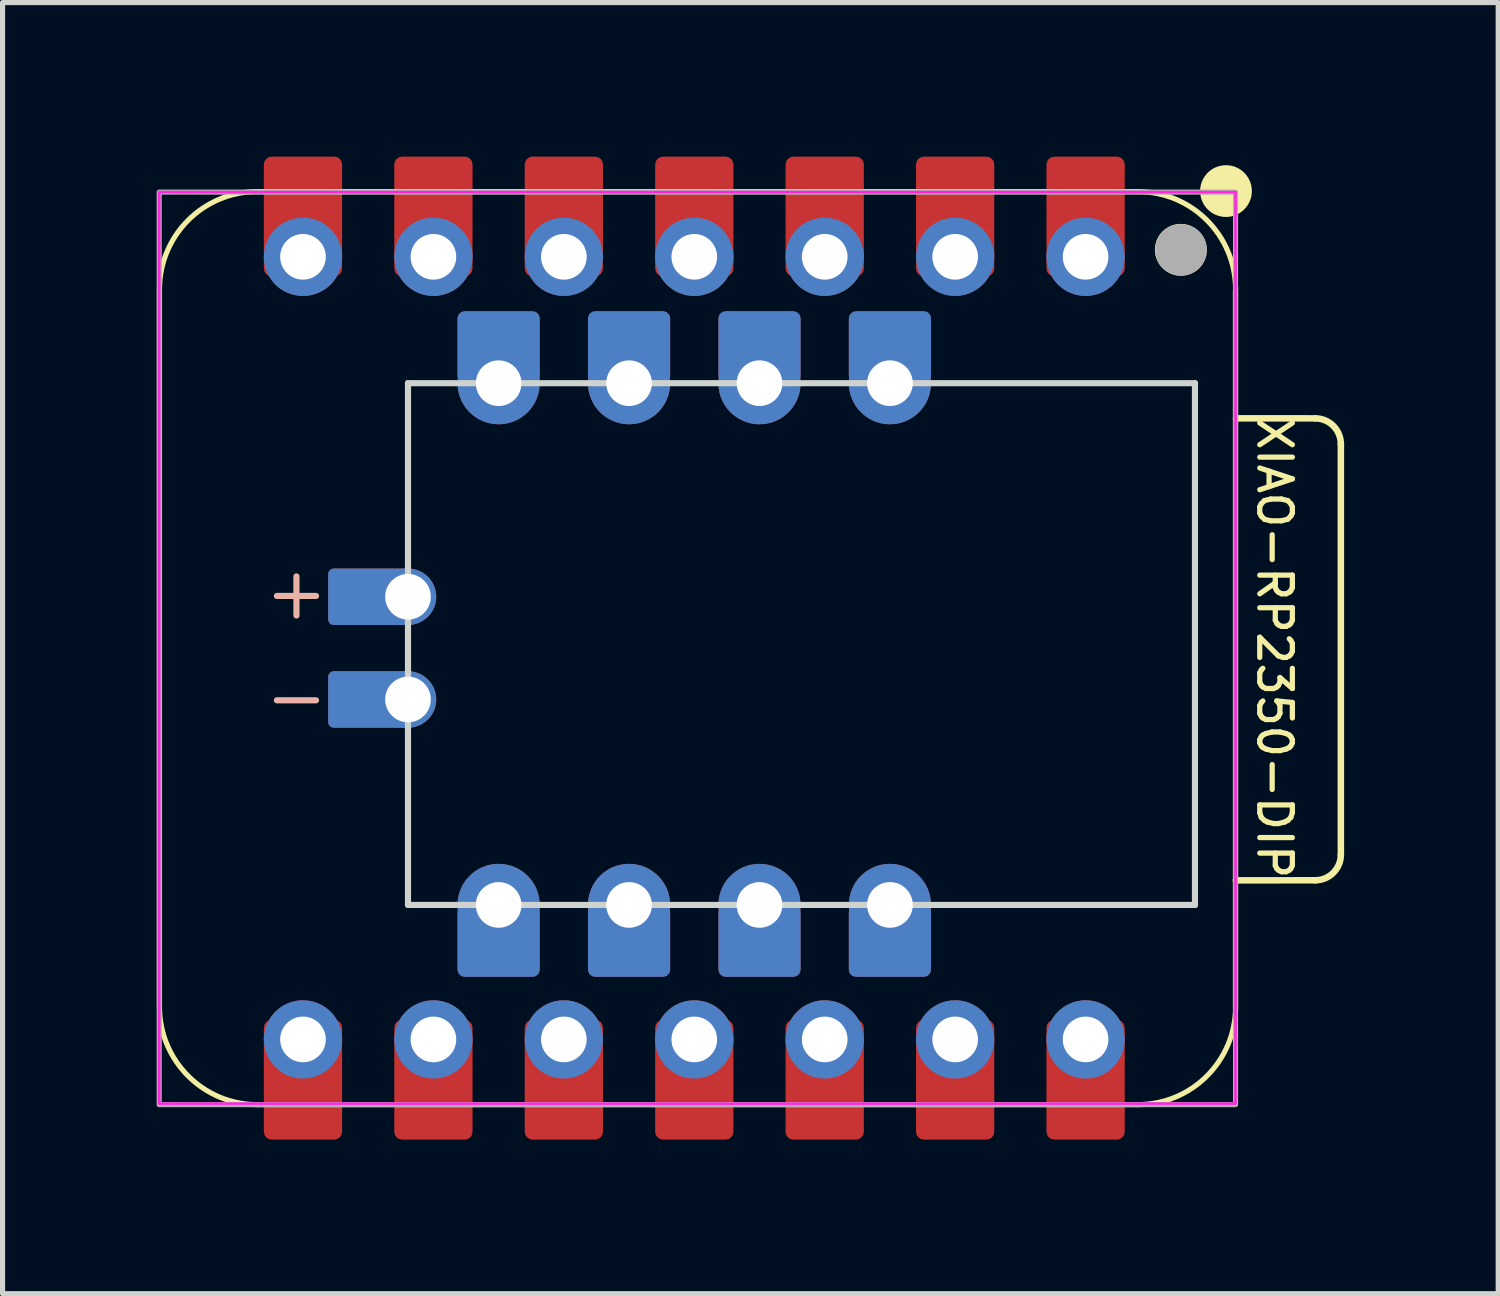
<source format=kicad_pcb>
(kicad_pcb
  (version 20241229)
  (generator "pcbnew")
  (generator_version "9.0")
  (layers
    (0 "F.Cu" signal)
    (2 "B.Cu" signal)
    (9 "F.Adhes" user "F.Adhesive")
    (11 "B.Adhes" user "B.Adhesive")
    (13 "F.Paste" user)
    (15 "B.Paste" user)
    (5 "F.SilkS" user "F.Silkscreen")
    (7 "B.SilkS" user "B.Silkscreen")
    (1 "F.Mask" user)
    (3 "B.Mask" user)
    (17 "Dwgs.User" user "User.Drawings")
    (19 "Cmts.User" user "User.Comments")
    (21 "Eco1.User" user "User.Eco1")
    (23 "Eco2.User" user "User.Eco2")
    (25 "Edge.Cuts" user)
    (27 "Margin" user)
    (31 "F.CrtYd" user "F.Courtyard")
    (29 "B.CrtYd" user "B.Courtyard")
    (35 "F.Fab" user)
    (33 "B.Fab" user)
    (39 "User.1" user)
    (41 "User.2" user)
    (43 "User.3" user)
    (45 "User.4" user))
  (footprint "XIAO-RP2350-DIP"
    (layer "F.Cu")
    (at 10.47 9.571)
    (property "Reference" "XIAO-RP2350-DIP" (at 11.3 0 270) (unlocked yes) (layer "F.SilkS") (effects (font (size 0.635 0.635) (thickness 0.102))))
    (attr smd)
    (fp_line (start -10.414 -6.985) (end -10.414 6.985) (stroke (width 0.1) (type solid)) (layer "F.SilkS"))
    (fp_line (start -8.509 -8.89) (end 8.636 -8.89) (stroke (width 0.1) (type solid)) (layer "F.SilkS"))
    (fp_line (start -8.509 8.89) (end 8.636 8.89) (stroke (width 0.1) (type solid)) (layer "F.SilkS"))
    (fp_line (start 10.538 7.008) (end 10.538 -6.962) (stroke (width 0.1) (type solid)) (layer "F.SilkS"))
    (fp_line (start 10.541 6.985) (end 10.541 -6.985) (stroke (width 0.1) (type solid)) (layer "F.SilkS"))
    (fp_line (start 10.55 -4.475) (end 12.091 -4.474) (stroke (width 0.127) (type solid)) (layer "F.SilkS"))
    (fp_line (start 12.091 4.521) (end 10.547 4.522) (stroke (width 0.127) (type solid)) (layer "F.SilkS"))
    (fp_line (start 12.591 -3.974) (end 12.591 4.021) (stroke (width 0.127) (type solid)) (layer "F.SilkS"))
    (fp_arc (start -10.414 -6.985) (mid -9.856038 -8.332038) (end -8.509 -8.89) (stroke (width 0.1) (type solid)) (layer "F.SilkS"))
    (fp_arc (start -8.509 8.89) (mid -9.856038 8.332038) (end -10.414 6.985) (stroke (width 0.1) (type solid)) (layer "F.SilkS"))
    (fp_arc (start 8.636 -8.89) (mid 9.983038 -8.332038) (end 10.541 -6.985) (stroke (width 0.1) (type solid)) (layer "F.SilkS"))
    (fp_arc (start 10.541 6.985) (mid 9.983038 8.332038) (end 8.636 8.89) (stroke (width 0.1) (type solid)) (layer "F.SilkS"))
    (fp_arc (start 12.091284 -4.474284) (mid 12.444624 -4.327703) (end 12.591012 -3.974284) (stroke (width 0.127) (type default)) (layer "F.SilkS"))
    (fp_arc (start 12.591012 4.020988) (mid 12.444575 4.374552) (end 12.091012 4.520988) (stroke (width 0.127) (type default)) (layer "F.SilkS"))
    (fp_circle (center 9.474 -7.757) (end 9.728 -7.757) (stroke (width 0.5) (type solid)) (fill yes) (layer "F.SilkS"))
    (fp_circle (center 10.354 -8.9) (end 10.608 -8.9) (stroke (width 0.5) (type solid)) (fill yes) (layer "F.SilkS"))
    (fp_line (start -7.747 -0.635) (end -7.747 -1.397) (stroke (width 0.12) (type default)) (layer "B.SilkS"))
    (fp_line (start -7.366 -1.016) (end -8.128 -1.016) (stroke (width 0.12) (type default)) (layer "B.SilkS"))
    (fp_line (start -7.366 1.016) (end -8.128 1.016) (stroke (width 0.12) (type default)) (layer "B.SilkS"))
    (fp_line (start -5.575 -5.159) (end -5.575 5) (stroke (width 0.12) (type default)) (layer "Edge.Cuts"))
    (fp_line (start -5.575 5.001) (end 9.75 5.001) (stroke (width 0.12) (type default)) (layer "Edge.Cuts"))
    (fp_line (start 9.75 -5.159) (end -5.575 -5.159) (stroke (width 0.12) (type default)) (layer "Edge.Cuts"))
    (fp_line (start 9.75 5) (end 9.75 -5.159) (stroke (width 0.12) (type default)) (layer "Edge.Cuts"))
    (fp_rect (start -10.42 -8.88) (end 10.54 8.87) (stroke (width 0.05) (type default)) (fill no) (layer "F.CrtYd"))
    (fp_rect (start -10.42 -8.88) (end 10.54 8.89) (stroke (width 0.1) (type default)) (fill no) (layer "F.Fab"))
    (fp_circle (center 9.48 -7.754) (end 9.734 -7.754) (stroke (width 0.5) (type solid)) (fill no) (layer "F.Fab"))
    (pad "1" smd roundrect (at 7.62 -8.405 90) (size 2.332 1.524) (layers "F.Cu" "F.Mask") (roundrect_rratio 0.1))
    (pad "1" thru_hole circle (at 7.62 -7.62 90) (size 1.524 1.524) (drill 0.889) (layers "*.Cu" "*.Mask"))
    (pad "2" smd roundrect (at 5.08 -8.405 90) (size 2.332 1.524) (layers "F.Cu" "F.Mask") (roundrect_rratio 0.1))
    (pad "2" thru_hole circle (at 5.08 -7.62 90) (size 1.524 1.524) (drill 0.889) (layers "*.Cu" "*.Mask"))
    (pad "3" smd roundrect (at 2.54 -8.405 90) (size 2.332 1.524) (layers "F.Cu" "F.Mask") (roundrect_rratio 0.1))
    (pad "3" thru_hole circle (at 2.54 -7.62 90) (size 1.524 1.524) (drill 0.889) (layers "*.Cu" "*.Mask"))
    (pad "4" smd roundrect (at 0 -8.405 90) (size 2.332 1.524) (layers "F.Cu" "F.Mask") (roundrect_rratio 0.1))
    (pad "4" thru_hole circle (at 0 -7.62 90) (size 1.524 1.524) (drill 0.889) (layers "*.Cu" "*.Mask"))
    (pad "5" smd roundrect (at -2.54 -8.405 90) (size 2.332 1.524) (layers "F.Cu" "F.Mask") (roundrect_rratio 0.1))
    (pad "5" thru_hole circle (at -2.54 -7.62 90) (size 1.524 1.524) (drill 0.889) (layers "*.Cu" "*.Mask"))
    (pad "6" smd roundrect (at -5.08 -8.405 90) (size 2.332 1.524) (layers "F.Cu" "F.Mask") (roundrect_rratio 0.1))
    (pad "6" thru_hole circle (at -5.08 -7.62 90) (size 1.524 1.524) (drill 0.889) (layers "*.Cu" "*.Mask"))
    (pad "7" smd roundrect (at -7.62 -8.405 90) (size 2.332 1.524) (layers "F.Cu" "F.Mask") (roundrect_rratio 0.1))
    (pad "7" thru_hole circle (at -7.62 -7.62 90) (size 1.524 1.524) (drill 0.889) (layers "*.Cu" "*.Mask"))
    (pad "8" thru_hole circle (at -7.62 7.62 270) (size 1.524 1.524) (drill 0.889) (layers "*.Cu" "*.Mask"))
    (pad "8" smd roundrect (at -7.62 8.405 270) (size 2.332 1.524) (layers "F.Cu" "F.Mask") (roundrect_rratio 0.1))
    (pad "9" thru_hole circle (at -5.08 7.62 270) (size 1.524 1.524) (drill 0.889) (layers "*.Cu" "*.Mask"))
    (pad "9" smd roundrect (at -5.08 8.405 270) (size 2.332 1.524) (layers "F.Cu" "F.Mask") (roundrect_rratio 0.1))
    (pad "10" thru_hole circle (at -2.54 7.62 270) (size 1.524 1.524) (drill 0.889) (layers "*.Cu" "*.Mask"))
    (pad "10" smd roundrect (at -2.54 8.405 270) (size 2.332 1.524) (layers "F.Cu" "F.Mask") (roundrect_rratio 0.1))
    (pad "11" thru_hole circle (at 0 7.62 270) (size 1.524 1.524) (drill 0.889) (layers "*.Cu" "*.Mask"))
    (pad "11" smd roundrect (at 0 8.405 270) (size 2.332 1.524) (layers "F.Cu" "F.Mask") (roundrect_rratio 0.1))
    (pad "12" thru_hole circle (at 2.54 7.62 270) (size 1.524 1.524) (drill 0.889) (layers "*.Cu" "*.Mask"))
    (pad "12" smd roundrect (at 2.54 8.405 270) (size 2.332 1.524) (layers "F.Cu" "F.Mask") (roundrect_rratio 0.1))
    (pad "13" thru_hole circle (at 5.08 7.62 270) (size 1.524 1.524) (drill 0.889) (layers "*.Cu" "*.Mask"))
    (pad "13" smd roundrect (at 5.08 8.405 270) (size 2.332 1.524) (layers "F.Cu" "F.Mask") (roundrect_rratio 0.1))
    (pad "14" thru_hole circle (at 7.62 7.62 270) (size 1.524 1.524) (drill 0.889) (layers "*.Cu" "*.Mask"))
    (pad "14" smd roundrect (at 7.62 8.405 270) (size 2.332 1.524) (layers "F.Cu" "F.Mask") (roundrect_rratio 0.1))
    (pad "15" thru_hole circle (at 3.81 5.001 90) (size 1.6 1.6) (drill 0.889) (layers "*.Cu" "*.Mask"))
    (pad "15" smd roundrect (at 3.81 5.7 270) (size 1.4 1.6) (layers "F.Cu" "F.Mask") (roundrect_rratio 0.1))
    (pad "15" smd roundrect (at 3.81 5.7 90) (size 1.4 1.6) (layers "B.Cu" "B.Mask" "B.Paste") (roundrect_rratio 0.1))
    (pad "16" thru_hole circle (at 1.27 5.001 90) (size 1.6 1.6) (drill 0.889) (layers "*.Cu" "*.Mask"))
    (pad "16" smd roundrect (at 1.27 5.7 270) (size 1.4 1.6) (layers "F.Cu" "F.Mask") (roundrect_rratio 0.1))
    (pad "16" smd roundrect (at 1.27 5.7 90) (size 1.4 1.6) (layers "B.Cu" "B.Mask" "B.Paste") (roundrect_rratio 0.1))
    (pad "17" thru_hole circle (at -1.27 5.001 90) (size 1.6 1.6) (drill 0.889) (layers "*.Cu" "*.Mask"))
    (pad "17" smd roundrect (at -1.27 5.7 270) (size 1.4 1.6) (layers "F.Cu" "F.Mask") (roundrect_rratio 0.1))
    (pad "17" smd roundrect (at -1.27 5.7 90) (size 1.4 1.6) (layers "B.Cu" "B.Mask" "B.Paste") (roundrect_rratio 0.1))
    (pad "18" thru_hole circle (at -3.81 5.001 90) (size 1.6 1.6) (drill 0.889) (layers "*.Cu" "*.Mask"))
    (pad "18" smd roundrect (at -3.81 5.7 270) (size 1.4 1.6) (layers "F.Cu" "F.Mask") (roundrect_rratio 0.1))
    (pad "18" smd roundrect (at -3.81 5.7 90) (size 1.4 1.6) (layers "B.Cu" "B.Mask" "B.Paste") (roundrect_rratio 0.1))
    (pad "19" smd roundrect (at -3.81 -5.859 270) (size 1.4 1.6) (layers "F.Cu" "F.Mask") (roundrect_rratio 0.1))
    (pad "19" smd roundrect (at -3.81 -5.859 90) (size 1.4 1.6) (layers "B.Cu" "B.Mask" "B.Paste") (roundrect_rratio 0.1))
    (pad "19" thru_hole circle (at -3.81 -5.159 90) (size 1.6 1.6) (drill 0.889) (layers "*.Cu" "*.Mask"))
    (pad "20" smd roundrect (at -1.27 -5.859 270) (size 1.4 1.6) (layers "F.Cu" "F.Mask") (roundrect_rratio 0.1))
    (pad "20" smd roundrect (at -1.27 -5.859 90) (size 1.4 1.6) (layers "B.Cu" "B.Mask" "B.Paste") (roundrect_rratio 0.1))
    (pad "20" thru_hole circle (at -1.27 -5.159 90) (size 1.6 1.6) (drill 0.889) (layers "*.Cu" "*.Mask"))
    (pad "21" smd roundrect (at 1.27 -5.859 270) (size 1.4 1.6) (layers "F.Cu" "F.Mask") (roundrect_rratio 0.1))
    (pad "21" smd roundrect (at 1.27 -5.859 90) (size 1.4 1.6) (layers "B.Cu" "B.Mask" "B.Paste") (roundrect_rratio 0.1))
    (pad "21" thru_hole circle (at 1.27 -5.159 90) (size 1.6 1.6) (drill 0.889) (layers "*.Cu" "*.Mask"))
    (pad "22" smd roundrect (at 3.81 -5.859 270) (size 1.4 1.6) (layers "F.Cu" "F.Mask") (roundrect_rratio 0.1))
    (pad "22" smd roundrect (at 3.81 -5.859 90) (size 1.4 1.6) (layers "B.Cu" "B.Mask" "B.Paste") (roundrect_rratio 0.1))
    (pad "22" thru_hole circle (at 3.81 -5.159 90) (size 1.6 1.6) (drill 0.889) (layers "*.Cu" "*.Mask"))
    (pad "23" smd roundrect (at -6.33 -1 180) (size 1.6 1.1) (layers "F.Cu" "F.Mask") (roundrect_rratio 0.1))
    (pad "23" smd roundrect (at -6.33 -1 180) (size 1.6 1.1) (layers "B.Cu" "B.Mask" "B.Paste") (roundrect_rratio 0.1))
    (pad "23" thru_hole circle (at -5.575 -1 90) (size 1.1 1.1) (drill 0.889) (layers "*.Cu" "*.Mask"))
    (pad "24" smd roundrect (at -6.33 1 180) (size 1.6 1.1) (layers "F.Cu" "F.Mask") (roundrect_rratio 0.1))
    (pad "24" smd roundrect (at -6.33 1 180) (size 1.6 1.1) (layers "B.Cu" "B.Mask" "B.Paste") (roundrect_rratio 0.1))
    (pad "24" thru_hole circle (at -5.575 1 90) (size 1.1 1.1) (drill 0.889) (layers "*.Cu" "*.Mask")))
  (gr_rect
    (start -3 -3)
    (end 26.125 22.142)
    (stroke (width 0.1) (type default))
    (fill no)
    (layer "Edge.Cuts")))
</source>
